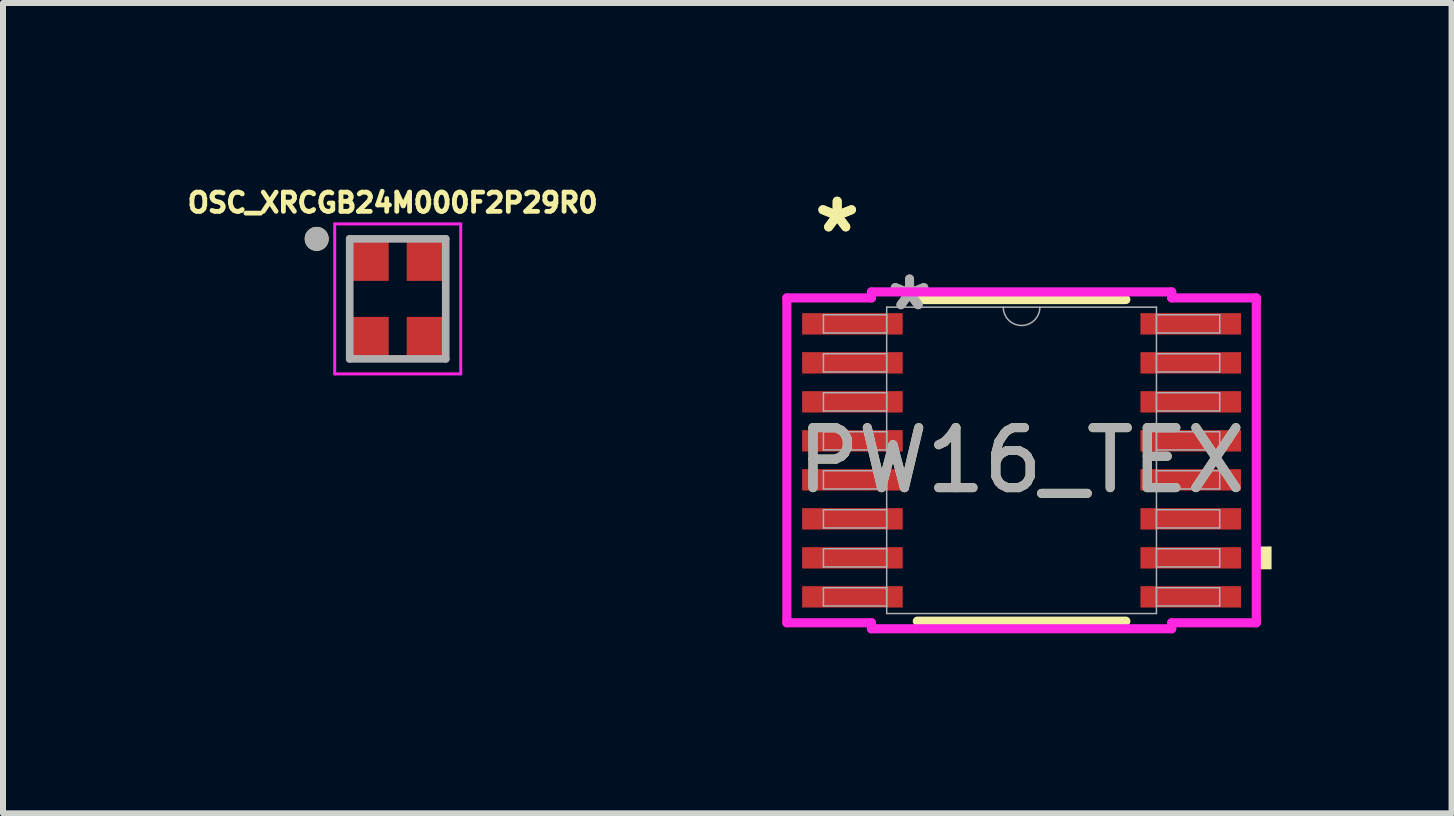
<source format=kicad_pcb>
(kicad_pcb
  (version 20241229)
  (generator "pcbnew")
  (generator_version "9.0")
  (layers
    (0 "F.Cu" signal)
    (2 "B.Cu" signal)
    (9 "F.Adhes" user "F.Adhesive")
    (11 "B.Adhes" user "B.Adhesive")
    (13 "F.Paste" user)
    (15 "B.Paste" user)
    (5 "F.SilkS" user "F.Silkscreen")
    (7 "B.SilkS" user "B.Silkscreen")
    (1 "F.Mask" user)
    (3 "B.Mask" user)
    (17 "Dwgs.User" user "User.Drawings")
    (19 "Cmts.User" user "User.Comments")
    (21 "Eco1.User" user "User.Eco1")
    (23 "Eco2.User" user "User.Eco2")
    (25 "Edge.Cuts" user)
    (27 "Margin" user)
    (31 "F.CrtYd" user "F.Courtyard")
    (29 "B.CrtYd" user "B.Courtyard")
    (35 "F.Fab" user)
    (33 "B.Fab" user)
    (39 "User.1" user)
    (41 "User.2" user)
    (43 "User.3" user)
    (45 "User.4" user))
  (footprint "OSC_XRCGB24M000F2P29R0"
    (layer "F.Cu")
    (at 3.578 1.931)
    (property "Reference" "OSC_XRCGB24M000F2P29R0" (at -0.084 -1.603 0) (layer "F.SilkS") (effects (font (size 0.32 0.32) (thickness 0.15))))
    (attr smd)
    (fp_circle (center -1.35 -1) (end -1.25 -1) (stroke (width 0.2) (type solid)) (fill no) (layer "F.SilkS"))
    (fp_line (start -1.05 -1.25) (end 1.05 -1.25) (stroke (width 0.05) (type solid)) (layer "F.CrtYd"))
    (fp_line (start -1.05 1.25) (end -1.05 -1.25) (stroke (width 0.05) (type solid)) (layer "F.CrtYd"))
    (fp_line (start 1.05 -1.25) (end 1.05 1.25) (stroke (width 0.05) (type solid)) (layer "F.CrtYd"))
    (fp_line (start 1.05 1.25) (end -1.05 1.25) (stroke (width 0.05) (type solid)) (layer "F.CrtYd"))
    (fp_line (start -0.8 -1) (end 0.8 -1) (stroke (width 0.127) (type solid)) (layer "F.Fab"))
    (fp_line (start -0.8 1) (end -0.8 -1) (stroke (width 0.127) (type solid)) (layer "F.Fab"))
    (fp_line (start 0.8 -1) (end 0.8 1) (stroke (width 0.127) (type solid)) (layer "F.Fab"))
    (fp_line (start 0.8 1) (end -0.8 1) (stroke (width 0.127) (type solid)) (layer "F.Fab"))
    (fp_circle (center -1.35 -1) (end -1.25 -1) (stroke (width 0.2) (type solid)) (fill no) (layer "F.Fab"))
    (pad "1" smd rect (at -0.5 -0.675) (size 0.7 0.75) (layers "F.Cu" "F.Mask" "F.Paste"))
    (pad "2" smd rect (at -0.5 0.675) (size 0.7 0.75) (layers "F.Cu" "F.Mask" "F.Paste"))
    (pad "3" smd rect (at 0.5 0.675) (size 0.7 0.75) (layers "F.Cu" "F.Mask" "F.Paste"))
    (pad "4" smd rect (at 0.5 -0.675) (size 0.7 0.75) (layers "F.Cu" "F.Mask" "F.Paste")))
  (footprint "PW16_TEX"
    (layer "F.Cu")
    (at 13.975 4.622)
    (property "Reference" "PW16_TEX" (at 0 0 0) (unlocked yes) (layer "F.SilkS") (effects (font (size 1 1) (thickness 0.15))))
    (attr smd)
    (fp_line (start -1.738 2.68) (end 1.738 2.68) (stroke (width 0.152) (type solid)) (layer "F.SilkS"))
    (fp_line (start 1.738 -2.68) (end -1.738 -2.68) (stroke (width 0.152) (type solid)) (layer "F.SilkS"))
    (fp_poly (pts (xy 4.166 1.435) (xy 4.166 1.816) (xy 3.912 1.816) (xy 3.912 1.435)) (stroke (width 0) (type solid)) (fill yes) (layer "F.SilkS"))
    (fp_line (start -3.912 -2.707) (end -2.502 -2.707) (stroke (width 0.152) (type solid)) (layer "F.CrtYd"))
    (fp_line (start -3.912 2.707) (end -3.912 -2.707) (stroke (width 0.152) (type solid)) (layer "F.CrtYd"))
    (fp_line (start -3.912 2.707) (end -2.502 2.707) (stroke (width 0.152) (type solid)) (layer "F.CrtYd"))
    (fp_line (start -2.502 -2.807) (end 2.502 -2.807) (stroke (width 0.152) (type solid)) (layer "F.CrtYd"))
    (fp_line (start -2.502 -2.707) (end -2.502 -2.807) (stroke (width 0.152) (type solid)) (layer "F.CrtYd"))
    (fp_line (start -2.502 2.807) (end -2.502 2.707) (stroke (width 0.152) (type solid)) (layer "F.CrtYd"))
    (fp_line (start 2.502 -2.807) (end 2.502 -2.707) (stroke (width 0.152) (type solid)) (layer "F.CrtYd"))
    (fp_line (start 2.502 2.707) (end 2.502 2.807) (stroke (width 0.152) (type solid)) (layer "F.CrtYd"))
    (fp_line (start 2.502 2.807) (end -2.502 2.807) (stroke (width 0.152) (type solid)) (layer "F.CrtYd"))
    (fp_line (start 3.912 -2.707) (end 2.502 -2.707) (stroke (width 0.152) (type solid)) (layer "F.CrtYd"))
    (fp_line (start 3.912 -2.707) (end 3.912 2.707) (stroke (width 0.152) (type solid)) (layer "F.CrtYd"))
    (fp_line (start 3.912 2.707) (end 2.502 2.707) (stroke (width 0.152) (type solid)) (layer "F.CrtYd"))
    (fp_line (start -3.302 -2.427) (end -3.302 -2.123) (stroke (width 0.025) (type solid)) (layer "F.Fab"))
    (fp_line (start -3.302 -2.123) (end -2.248 -2.123) (stroke (width 0.025) (type solid)) (layer "F.Fab"))
    (fp_line (start -3.302 -1.777) (end -3.302 -1.473) (stroke (width 0.025) (type solid)) (layer "F.Fab"))
    (fp_line (start -3.302 -1.473) (end -2.248 -1.473) (stroke (width 0.025) (type solid)) (layer "F.Fab"))
    (fp_line (start -3.302 -1.127) (end -3.302 -0.823) (stroke (width 0.025) (type solid)) (layer "F.Fab"))
    (fp_line (start -3.302 -0.823) (end -2.248 -0.823) (stroke (width 0.025) (type solid)) (layer "F.Fab"))
    (fp_line (start -3.302 -0.477) (end -3.302 -0.173) (stroke (width 0.025) (type solid)) (layer "F.Fab"))
    (fp_line (start -3.302 -0.173) (end -2.248 -0.173) (stroke (width 0.025) (type solid)) (layer "F.Fab"))
    (fp_line (start -3.302 0.173) (end -3.302 0.477) (stroke (width 0.025) (type solid)) (layer "F.Fab"))
    (fp_line (start -3.302 0.477) (end -2.248 0.477) (stroke (width 0.025) (type solid)) (layer "F.Fab"))
    (fp_line (start -3.302 0.823) (end -3.302 1.127) (stroke (width 0.025) (type solid)) (layer "F.Fab"))
    (fp_line (start -3.302 1.127) (end -2.248 1.127) (stroke (width 0.025) (type solid)) (layer "F.Fab"))
    (fp_line (start -3.302 1.473) (end -3.302 1.777) (stroke (width 0.025) (type solid)) (layer "F.Fab"))
    (fp_line (start -3.302 1.777) (end -2.248 1.777) (stroke (width 0.025) (type solid)) (layer "F.Fab"))
    (fp_line (start -3.302 2.123) (end -3.302 2.427) (stroke (width 0.025) (type solid)) (layer "F.Fab"))
    (fp_line (start -3.302 2.427) (end -2.248 2.427) (stroke (width 0.025) (type solid)) (layer "F.Fab"))
    (fp_line (start -2.248 -2.553) (end -2.248 2.553) (stroke (width 0.025) (type solid)) (layer "F.Fab"))
    (fp_line (start -2.248 -2.427) (end -3.302 -2.427) (stroke (width 0.025) (type solid)) (layer "F.Fab"))
    (fp_line (start -2.248 -2.123) (end -2.248 -2.427) (stroke (width 0.025) (type solid)) (layer "F.Fab"))
    (fp_line (start -2.248 -1.777) (end -3.302 -1.777) (stroke (width 0.025) (type solid)) (layer "F.Fab"))
    (fp_line (start -2.248 -1.473) (end -2.248 -1.777) (stroke (width 0.025) (type solid)) (layer "F.Fab"))
    (fp_line (start -2.248 -1.127) (end -3.302 -1.127) (stroke (width 0.025) (type solid)) (layer "F.Fab"))
    (fp_line (start -2.248 -0.823) (end -2.248 -1.127) (stroke (width 0.025) (type solid)) (layer "F.Fab"))
    (fp_line (start -2.248 -0.477) (end -3.302 -0.477) (stroke (width 0.025) (type solid)) (layer "F.Fab"))
    (fp_line (start -2.248 -0.173) (end -2.248 -0.477) (stroke (width 0.025) (type solid)) (layer "F.Fab"))
    (fp_line (start -2.248 0.173) (end -3.302 0.173) (stroke (width 0.025) (type solid)) (layer "F.Fab"))
    (fp_line (start -2.248 0.477) (end -2.248 0.173) (stroke (width 0.025) (type solid)) (layer "F.Fab"))
    (fp_line (start -2.248 0.823) (end -3.302 0.823) (stroke (width 0.025) (type solid)) (layer "F.Fab"))
    (fp_line (start -2.248 1.127) (end -2.248 0.823) (stroke (width 0.025) (type solid)) (layer "F.Fab"))
    (fp_line (start -2.248 1.473) (end -3.302 1.473) (stroke (width 0.025) (type solid)) (layer "F.Fab"))
    (fp_line (start -2.248 1.777) (end -2.248 1.473) (stroke (width 0.025) (type solid)) (layer "F.Fab"))
    (fp_line (start -2.248 2.123) (end -3.302 2.123) (stroke (width 0.025) (type solid)) (layer "F.Fab"))
    (fp_line (start -2.248 2.427) (end -2.248 2.123) (stroke (width 0.025) (type solid)) (layer "F.Fab"))
    (fp_line (start -2.248 2.553) (end 2.248 2.553) (stroke (width 0.025) (type solid)) (layer "F.Fab"))
    (fp_line (start 2.248 -2.553) (end -2.248 -2.553) (stroke (width 0.025) (type solid)) (layer "F.Fab"))
    (fp_line (start 2.248 -2.427) (end 2.248 -2.123) (stroke (width 0.025) (type solid)) (layer "F.Fab"))
    (fp_line (start 2.248 -2.123) (end 3.302 -2.123) (stroke (width 0.025) (type solid)) (layer "F.Fab"))
    (fp_line (start 2.248 -1.777) (end 2.248 -1.473) (stroke (width 0.025) (type solid)) (layer "F.Fab"))
    (fp_line (start 2.248 -1.473) (end 3.302 -1.473) (stroke (width 0.025) (type solid)) (layer "F.Fab"))
    (fp_line (start 2.248 -1.127) (end 2.248 -0.823) (stroke (width 0.025) (type solid)) (layer "F.Fab"))
    (fp_line (start 2.248 -0.823) (end 3.302 -0.823) (stroke (width 0.025) (type solid)) (layer "F.Fab"))
    (fp_line (start 2.248 -0.477) (end 2.248 -0.173) (stroke (width 0.025) (type solid)) (layer "F.Fab"))
    (fp_line (start 2.248 -0.173) (end 3.302 -0.173) (stroke (width 0.025) (type solid)) (layer "F.Fab"))
    (fp_line (start 2.248 0.173) (end 2.248 0.477) (stroke (width 0.025) (type solid)) (layer "F.Fab"))
    (fp_line (start 2.248 0.477) (end 3.302 0.477) (stroke (width 0.025) (type solid)) (layer "F.Fab"))
    (fp_line (start 2.248 0.823) (end 2.248 1.127) (stroke (width 0.025) (type solid)) (layer "F.Fab"))
    (fp_line (start 2.248 1.127) (end 3.302 1.127) (stroke (width 0.025) (type solid)) (layer "F.Fab"))
    (fp_line (start 2.248 1.473) (end 2.248 1.777) (stroke (width 0.025) (type solid)) (layer "F.Fab"))
    (fp_line (start 2.248 1.777) (end 3.302 1.777) (stroke (width 0.025) (type solid)) (layer "F.Fab"))
    (fp_line (start 2.248 2.123) (end 2.248 2.427) (stroke (width 0.025) (type solid)) (layer "F.Fab"))
    (fp_line (start 2.248 2.427) (end 3.302 2.427) (stroke (width 0.025) (type solid)) (layer "F.Fab"))
    (fp_line (start 2.248 2.553) (end 2.248 -2.553) (stroke (width 0.025) (type solid)) (layer "F.Fab"))
    (fp_line (start 3.302 -2.427) (end 2.248 -2.427) (stroke (width 0.025) (type solid)) (layer "F.Fab"))
    (fp_line (start 3.302 -2.123) (end 3.302 -2.427) (stroke (width 0.025) (type solid)) (layer "F.Fab"))
    (fp_line (start 3.302 -1.777) (end 2.248 -1.777) (stroke (width 0.025) (type solid)) (layer "F.Fab"))
    (fp_line (start 3.302 -1.473) (end 3.302 -1.777) (stroke (width 0.025) (type solid)) (layer "F.Fab"))
    (fp_line (start 3.302 -1.127) (end 2.248 -1.127) (stroke (width 0.025) (type solid)) (layer "F.Fab"))
    (fp_line (start 3.302 -0.823) (end 3.302 -1.127) (stroke (width 0.025) (type solid)) (layer "F.Fab"))
    (fp_line (start 3.302 -0.477) (end 2.248 -0.477) (stroke (width 0.025) (type solid)) (layer "F.Fab"))
    (fp_line (start 3.302 -0.173) (end 3.302 -0.477) (stroke (width 0.025) (type solid)) (layer "F.Fab"))
    (fp_line (start 3.302 0.173) (end 2.248 0.173) (stroke (width 0.025) (type solid)) (layer "F.Fab"))
    (fp_line (start 3.302 0.477) (end 3.302 0.173) (stroke (width 0.025) (type solid)) (layer "F.Fab"))
    (fp_line (start 3.302 0.823) (end 2.248 0.823) (stroke (width 0.025) (type solid)) (layer "F.Fab"))
    (fp_line (start 3.302 1.127) (end 3.302 0.823) (stroke (width 0.025) (type solid)) (layer "F.Fab"))
    (fp_line (start 3.302 1.473) (end 2.248 1.473) (stroke (width 0.025) (type solid)) (layer "F.Fab"))
    (fp_line (start 3.302 1.777) (end 3.302 1.473) (stroke (width 0.025) (type solid)) (layer "F.Fab"))
    (fp_line (start 3.302 2.123) (end 2.248 2.123) (stroke (width 0.025) (type solid)) (layer "F.Fab"))
    (fp_line (start 3.302 2.427) (end 3.302 2.123) (stroke (width 0.025) (type solid)) (layer "F.Fab"))
    (fp_arc (start 0.3048 -2.5527) (mid 0 -2.2479) (end -0.3048 -2.5527) (stroke (width 0.0254) (type solid)) (layer "F.Fab"))
    (fp_text user "*" (at -3.073 -3.774 0) (unlocked yes) (layer "F.SilkS") (effects (font (size 1 1) (thickness 0.15))))
    (fp_text user "*" (at -3.073 -3.774 0) (layer "F.SilkS") (effects (font (size 1 1) (thickness 0.15))))
    (fp_text user "${REFERENCE}" (at 0 0 0) (unlocked yes) (layer "F.Fab") (effects (font (size 1 1) (thickness 0.15))))
    (fp_text user "*" (at -1.867 -2.477 0) (layer "F.Fab") (effects (font (size 1 1) (thickness 0.15))))
    (fp_text user "*" (at -1.867 -2.477 0) (unlocked yes) (layer "F.Fab") (effects (font (size 1 1) (thickness 0.15))))
    (pad "1" smd rect (at -2.819 -2.275) (size 1.676 0.356) (layers "F.Cu" "F.Mask" "F.Paste"))
    (pad "2" smd rect (at -2.819 -1.625) (size 1.676 0.356) (layers "F.Cu" "F.Mask" "F.Paste"))
    (pad "3" smd rect (at -2.819 -0.975) (size 1.676 0.356) (layers "F.Cu" "F.Mask" "F.Paste"))
    (pad "4" smd rect (at -2.819 -0.325) (size 1.676 0.356) (layers "F.Cu" "F.Mask" "F.Paste"))
    (pad "5" smd rect (at -2.819 0.325) (size 1.676 0.356) (layers "F.Cu" "F.Mask" "F.Paste"))
    (pad "6" smd rect (at -2.819 0.975) (size 1.676 0.356) (layers "F.Cu" "F.Mask" "F.Paste"))
    (pad "7" smd rect (at -2.819 1.625) (size 1.676 0.356) (layers "F.Cu" "F.Mask" "F.Paste"))
    (pad "8" smd rect (at -2.819 2.275) (size 1.676 0.356) (layers "F.Cu" "F.Mask" "F.Paste"))
    (pad "9" smd rect (at 2.819 2.275) (size 1.676 0.356) (layers "F.Cu" "F.Mask" "F.Paste"))
    (pad "10" smd rect (at 2.819 1.625) (size 1.676 0.356) (layers "F.Cu" "F.Mask" "F.Paste"))
    (pad "11" smd rect (at 2.819 0.975) (size 1.676 0.356) (layers "F.Cu" "F.Mask" "F.Paste"))
    (pad "12" smd rect (at 2.819 0.325) (size 1.676 0.356) (layers "F.Cu" "F.Mask" "F.Paste"))
    (pad "13" smd rect (at 2.819 -0.325) (size 1.676 0.356) (layers "F.Cu" "F.Mask" "F.Paste"))
    (pad "14" smd rect (at 2.819 -0.975) (size 1.676 0.356) (layers "F.Cu" "F.Mask" "F.Paste"))
    (pad "15" smd rect (at 2.819 -1.625) (size 1.676 0.356) (layers "F.Cu" "F.Mask" "F.Paste"))
    (pad "16" smd rect (at 2.819 -2.275) (size 1.676 0.356) (layers "F.Cu" "F.Mask" "F.Paste")))
  (gr_rect
    (start -3 -3)
    (end 21.141 10.505)
    (stroke (width 0.1) (type default))
    (fill no)
    (layer "Edge.Cuts")))
</source>
